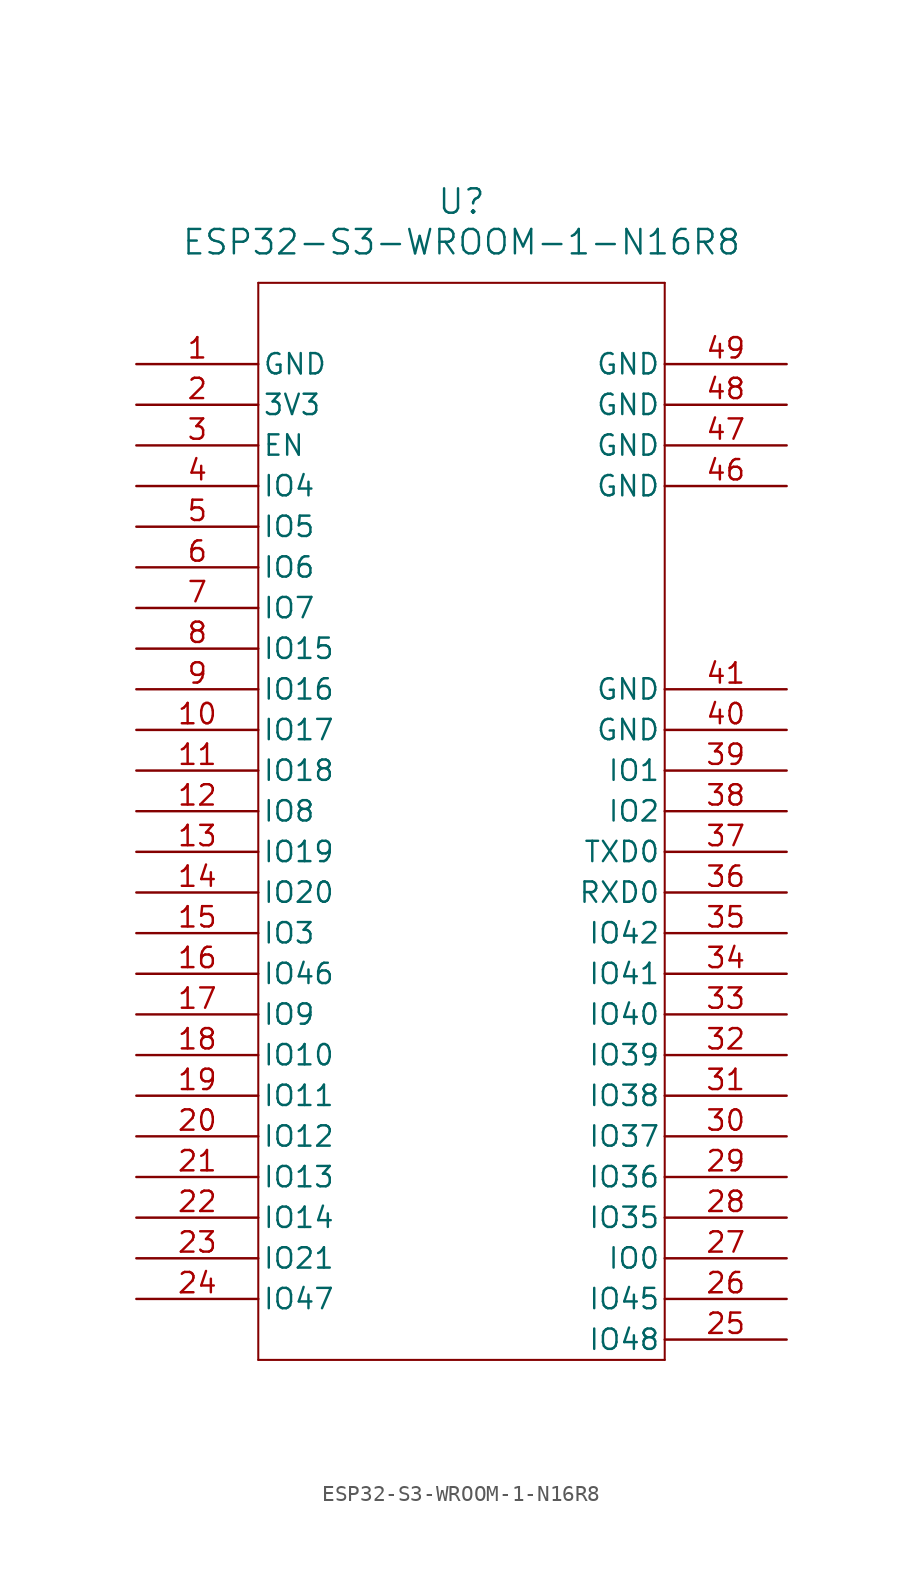
<source format=kicad_sym>
(kicad_symbol_lib
  (version 20241209)
  (generator "kicad_symbol_editor")
  (generator_version "9.0")
  (symbol "ESP32-S3-WROOM-1-N16R8"
    (pin_names
      (offset 0.254))
    (property "Reference" "U"
      (at 20.32 10.16 0)
      (effects (font (size 1.524 1.524))))
    (property "Value" "ESP32-S3-WROOM-1-N16R8"
      (at 20.32 7.62 0)
      (effects (font (size 1.524 1.524))))
    (property "ki_locked" ""
      (at 0 0 0)
      (effects (font (size 1.27 1.27))))
    (symbol "ESP32-S3-WROOM-1-N16R8_0_1"
      (polyline (pts (xy 7.62 5.08) (xy 7.62 -62.23)) (stroke (width 0.127) (type default)) (fill (type none)))
      (polyline (pts (xy 7.62 -62.23) (xy 33.02 -62.23)) (stroke (width 0.127) (type default)) (fill (type none)))
      (polyline (pts (xy 33.02 5.08) (xy 7.62 5.08)) (stroke (width 0.127) (type default)) (fill (type none)))
      (polyline (pts (xy 33.02 -62.23) (xy 33.02 5.08)) (stroke (width 0.127) (type default)) (fill (type none)))
      (pin power_out line (at 0 0 0) (length 7.62) (name "GND" (effects (font (size 1.27 1.27)))) (number "1" (effects (font (size 1.27 1.27)))))
      (pin power_in line (at 0 -2.54 0) (length 7.62) (name "3V3" (effects (font (size 1.27 1.27)))) (number "2" (effects (font (size 1.27 1.27)))))
      (pin input line (at 0 -5.08 0) (length 7.62) (name "EN" (effects (font (size 1.27 1.27)))) (number "3" (effects (font (size 1.27 1.27)))))
      (pin bidirectional line (at 0 -7.62 0) (length 7.62) (name "IO4" (effects (font (size 1.27 1.27)))) (number "4" (effects (font (size 1.27 1.27)))))
      (pin bidirectional line (at 0 -10.16 0) (length 7.62) (name "IO5" (effects (font (size 1.27 1.27)))) (number "5" (effects (font (size 1.27 1.27)))))
      (pin bidirectional line (at 0 -12.7 0) (length 7.62) (name "IO6" (effects (font (size 1.27 1.27)))) (number "6" (effects (font (size 1.27 1.27)))))
      (pin bidirectional line (at 0 -15.24 0) (length 7.62) (name "IO7" (effects (font (size 1.27 1.27)))) (number "7" (effects (font (size 1.27 1.27)))))
      (pin bidirectional line (at 0 -17.78 0) (length 7.62) (name "IO15" (effects (font (size 1.27 1.27)))) (number "8" (effects (font (size 1.27 1.27)))))
      (pin bidirectional line (at 0 -20.32 0) (length 7.62) (name "IO16" (effects (font (size 1.27 1.27)))) (number "9" (effects (font (size 1.27 1.27)))))
      (pin bidirectional line (at 0 -22.86 0) (length 7.62) (name "IO17" (effects (font (size 1.27 1.27)))) (number "10" (effects (font (size 1.27 1.27)))))
      (pin bidirectional line (at 0 -25.4 0) (length 7.62) (name "IO18" (effects (font (size 1.27 1.27)))) (number "11" (effects (font (size 1.27 1.27)))))
      (pin bidirectional line (at 0 -27.94 0) (length 7.62) (name "IO8" (effects (font (size 1.27 1.27)))) (number "12" (effects (font (size 1.27 1.27)))))
      (pin bidirectional line (at 0 -30.48 0) (length 7.62) (name "IO19" (effects (font (size 1.27 1.27)))) (number "13" (effects (font (size 1.27 1.27)))))
      (pin bidirectional line (at 0 -33.02 0) (length 7.62) (name "IO20" (effects (font (size 1.27 1.27)))) (number "14" (effects (font (size 1.27 1.27)))))
      (pin bidirectional line (at 0 -35.56 0) (length 7.62) (name "IO3" (effects (font (size 1.27 1.27)))) (number "15" (effects (font (size 1.27 1.27)))))
      (pin bidirectional line (at 0 -38.1 0) (length 7.62) (name "IO46" (effects (font (size 1.27 1.27)))) (number "16" (effects (font (size 1.27 1.27)))))
      (pin bidirectional line (at 0 -40.64 0) (length 7.62) (name "IO9" (effects (font (size 1.27 1.27)))) (number "17" (effects (font (size 1.27 1.27)))))
      (pin bidirectional line (at 0 -43.18 0) (length 7.62) (name "IO10" (effects (font (size 1.27 1.27)))) (number "18" (effects (font (size 1.27 1.27)))))
      (pin bidirectional line (at 0 -45.72 0) (length 7.62) (name "IO11" (effects (font (size 1.27 1.27)))) (number "19" (effects (font (size 1.27 1.27)))))
      (pin bidirectional line (at 0 -48.26 0) (length 7.62) (name "IO12" (effects (font (size 1.27 1.27)))) (number "20" (effects (font (size 1.27 1.27)))))
      (pin bidirectional line (at 0 -50.8 0) (length 7.62) (name "IO13" (effects (font (size 1.27 1.27)))) (number "21" (effects (font (size 1.27 1.27)))))
      (pin bidirectional line (at 0 -53.34 0) (length 7.62) (name "IO14" (effects (font (size 1.27 1.27)))) (number "22" (effects (font (size 1.27 1.27)))))
      (pin bidirectional line (at 0 -55.88 0) (length 7.62) (name "IO21" (effects (font (size 1.27 1.27)))) (number "23" (effects (font (size 1.27 1.27)))))
      (pin bidirectional line (at 0 -58.42 0) (length 7.62) (name "IO47" (effects (font (size 1.27 1.27)))) (number "24" (effects (font (size 1.27 1.27)))))
      (pin power_out line (at 40.64 0 180) (length 7.62) (name "GND" (effects (font (size 1.27 1.27)))) (number "49" (effects (font (size 1.27 1.27)))))
      (pin power_out line (at 40.64 -2.54 180) (length 7.62) (name "GND" (effects (font (size 1.27 1.27)))) (number "48" (effects (font (size 1.27 1.27)))))
      (pin power_out line (at 40.64 -5.08 180) (length 7.62) (name "GND" (effects (font (size 1.27 1.27)))) (number "47" (effects (font (size 1.27 1.27)))))
      (pin power_out line (at 40.64 -7.62 180) (length 7.62) (name "GND" (effects (font (size 1.27 1.27)))) (number "46" (effects (font (size 1.27 1.27)))))
      (pin power_out line (at 40.64 -20.32 180) (length 7.62) (name "GND" (effects (font (size 1.27 1.27)))) (number "41" (effects (font (size 1.27 1.27)))))
      (pin power_out line (at 40.64 -22.86 180) (length 7.62) (name "GND" (effects (font (size 1.27 1.27)))) (number "40" (effects (font (size 1.27 1.27)))))
      (pin bidirectional line (at 40.64 -25.4 180) (length 7.62) (name "IO1" (effects (font (size 1.27 1.27)))) (number "39" (effects (font (size 1.27 1.27)))))
      (pin bidirectional line (at 40.64 -27.94 180) (length 7.62) (name "IO2" (effects (font (size 1.27 1.27)))) (number "38" (effects (font (size 1.27 1.27)))))
      (pin bidirectional line (at 40.64 -30.48 180) (length 7.62) (name "TXD0" (effects (font (size 1.27 1.27)))) (number "37" (effects (font (size 1.27 1.27)))))
      (pin bidirectional line (at 40.64 -33.02 180) (length 7.62) (name "RXD0" (effects (font (size 1.27 1.27)))) (number "36" (effects (font (size 1.27 1.27)))))
      (pin bidirectional line (at 40.64 -35.56 180) (length 7.62) (name "IO42" (effects (font (size 1.27 1.27)))) (number "35" (effects (font (size 1.27 1.27)))))
      (pin bidirectional line (at 40.64 -38.1 180) (length 7.62) (name "IO41" (effects (font (size 1.27 1.27)))) (number "34" (effects (font (size 1.27 1.27)))))
      (pin bidirectional line (at 40.64 -40.64 180) (length 7.62) (name "IO40" (effects (font (size 1.27 1.27)))) (number "33" (effects (font (size 1.27 1.27)))))
      (pin bidirectional line (at 40.64 -43.18 180) (length 7.62) (name "IO39" (effects (font (size 1.27 1.27)))) (number "32" (effects (font (size 1.27 1.27)))))
      (pin bidirectional line (at 40.64 -45.72 180) (length 7.62) (name "IO38" (effects (font (size 1.27 1.27)))) (number "31" (effects (font (size 1.27 1.27)))))
      (pin bidirectional line (at 40.64 -48.26 180) (length 7.62) (name "IO37" (effects (font (size 1.27 1.27)))) (number "30" (effects (font (size 1.27 1.27)))))
      (pin bidirectional line (at 40.64 -50.8 180) (length 7.62) (name "IO36" (effects (font (size 1.27 1.27)))) (number "29" (effects (font (size 1.27 1.27)))))
      (pin bidirectional line (at 40.64 -53.34 180) (length 7.62) (name "IO35" (effects (font (size 1.27 1.27)))) (number "28" (effects (font (size 1.27 1.27)))))
      (pin bidirectional line (at 40.64 -55.88 180) (length 7.62) (name "IO0" (effects (font (size 1.27 1.27)))) (number "27" (effects (font (size 1.27 1.27)))))
      (pin bidirectional line (at 40.64 -58.42 180) (length 7.62) (name "IO45" (effects (font (size 1.27 1.27)))) (number "26" (effects (font (size 1.27 1.27)))))
      (pin bidirectional line (at 40.64 -60.96 180) (length 7.62) (name "IO48" (effects (font (size 1.27 1.27)))) (number "25" (effects (font (size 1.27 1.27))))))))
</source>
